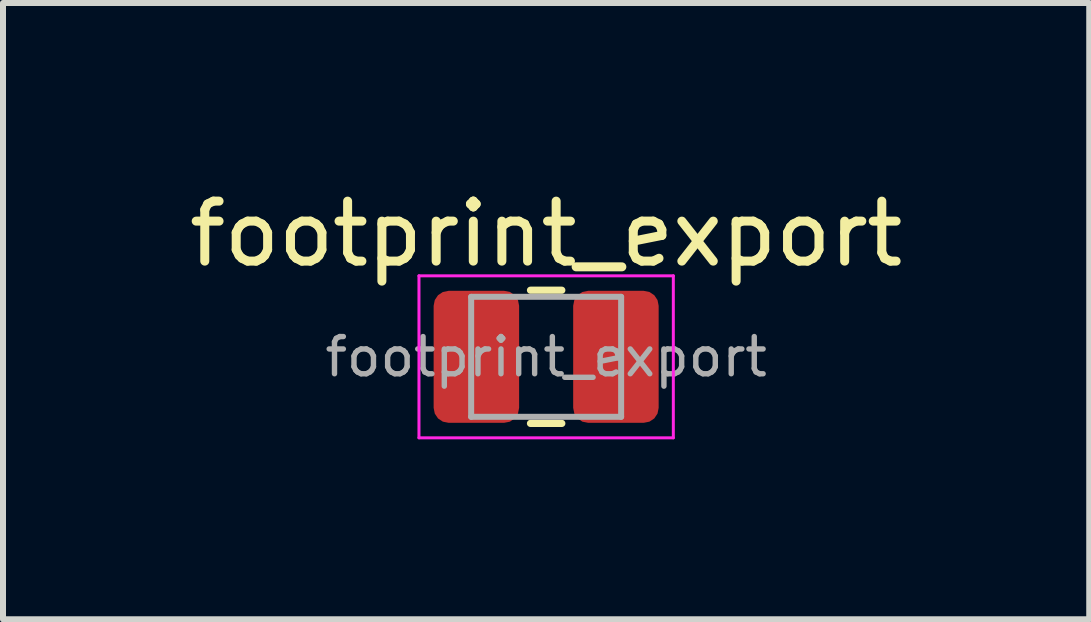
<source format=kicad_pcb>
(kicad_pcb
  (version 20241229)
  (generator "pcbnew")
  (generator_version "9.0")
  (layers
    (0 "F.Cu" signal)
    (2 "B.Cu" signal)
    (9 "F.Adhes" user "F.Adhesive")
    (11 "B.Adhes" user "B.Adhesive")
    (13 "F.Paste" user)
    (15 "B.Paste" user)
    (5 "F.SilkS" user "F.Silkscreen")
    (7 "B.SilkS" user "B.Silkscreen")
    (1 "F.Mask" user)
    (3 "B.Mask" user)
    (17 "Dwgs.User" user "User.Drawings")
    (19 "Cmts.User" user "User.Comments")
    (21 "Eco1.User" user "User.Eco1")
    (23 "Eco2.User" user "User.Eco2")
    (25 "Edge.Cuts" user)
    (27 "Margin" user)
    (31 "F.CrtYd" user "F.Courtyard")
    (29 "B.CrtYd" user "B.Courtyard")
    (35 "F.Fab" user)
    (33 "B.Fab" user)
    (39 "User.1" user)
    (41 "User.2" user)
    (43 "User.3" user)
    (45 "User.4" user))
  (footprint "footprint_export"
    (layer "F.Cu")
    (at 6.054 2.898)
    (property "Reference" "footprint_export" (at 0 -2.05 0) (layer "F.SilkS") (effects (font (size 1 1) (thickness 0.15))))
    (attr smd)
    (fp_line (start -0.261 -1.11) (end 0.261 -1.11) (stroke (width 0.12) (type solid)) (layer "F.SilkS"))
    (fp_line (start -0.261 1.11) (end 0.261 1.11) (stroke (width 0.12) (type solid)) (layer "F.SilkS"))
    (fp_line (start -2.12 -1.35) (end 2.12 -1.35) (stroke (width 0.05) (type solid)) (layer "F.CrtYd"))
    (fp_line (start -2.12 1.35) (end -2.12 -1.35) (stroke (width 0.05) (type solid)) (layer "F.CrtYd"))
    (fp_line (start 2.12 -1.35) (end 2.12 1.35) (stroke (width 0.05) (type solid)) (layer "F.CrtYd"))
    (fp_line (start 2.12 1.35) (end -2.12 1.35) (stroke (width 0.05) (type solid)) (layer "F.CrtYd"))
    (fp_line (start -1.25 -1) (end 1.25 -1) (stroke (width 0.1) (type solid)) (layer "F.Fab"))
    (fp_line (start -1.25 1) (end -1.25 -1) (stroke (width 0.1) (type solid)) (layer "F.Fab"))
    (fp_line (start 1.25 -1) (end 1.25 1) (stroke (width 0.1) (type solid)) (layer "F.Fab"))
    (fp_line (start 1.25 1) (end -1.25 1) (stroke (width 0.1) (type solid)) (layer "F.Fab"))
    (fp_text user "${REFERENCE}" (at 0 0 0) (layer "F.Fab") (effects (font (size 0.62 0.62) (thickness 0.09))))
    (pad "1" smd roundrect (at -1.163 0) (size 1.425 2.2) (layers "F.Cu" "F.Mask" "F.Paste") (roundrect_rratio 0.175))
    (pad "2" smd roundrect (at 1.163 0) (size 1.425 2.2) (layers "F.Cu" "F.Mask" "F.Paste") (roundrect_rratio 0.175)))
  (gr_rect
    (start -3 -3)
    (end 15.107 7.273)
    (stroke (width 0.1) (type default))
    (fill no)
    (layer "Edge.Cuts")))
</source>
